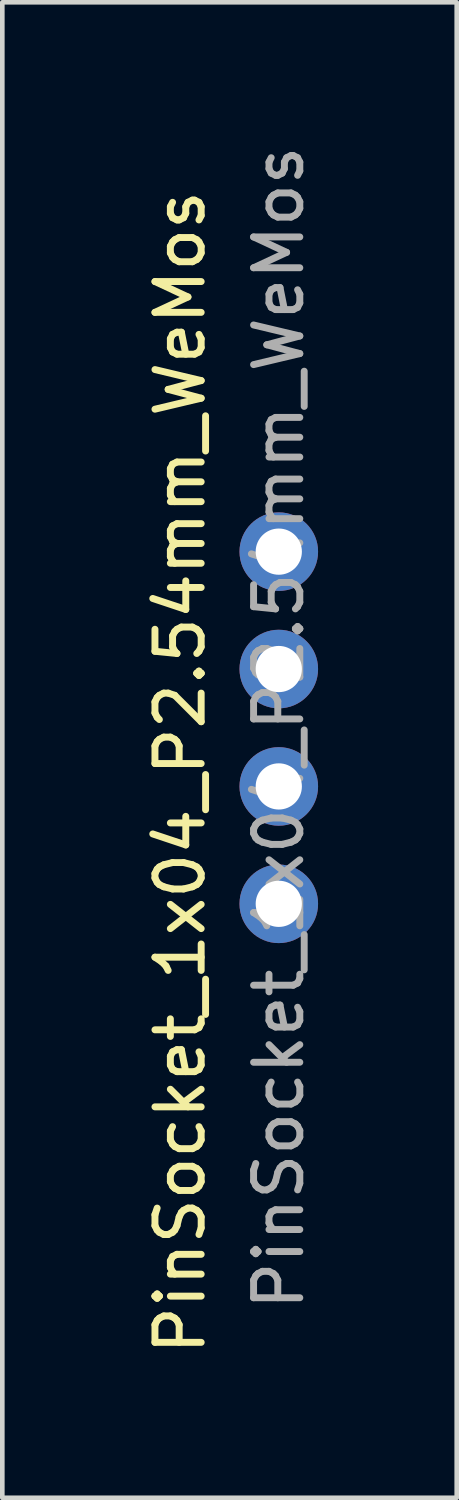
<source format=kicad_pcb>
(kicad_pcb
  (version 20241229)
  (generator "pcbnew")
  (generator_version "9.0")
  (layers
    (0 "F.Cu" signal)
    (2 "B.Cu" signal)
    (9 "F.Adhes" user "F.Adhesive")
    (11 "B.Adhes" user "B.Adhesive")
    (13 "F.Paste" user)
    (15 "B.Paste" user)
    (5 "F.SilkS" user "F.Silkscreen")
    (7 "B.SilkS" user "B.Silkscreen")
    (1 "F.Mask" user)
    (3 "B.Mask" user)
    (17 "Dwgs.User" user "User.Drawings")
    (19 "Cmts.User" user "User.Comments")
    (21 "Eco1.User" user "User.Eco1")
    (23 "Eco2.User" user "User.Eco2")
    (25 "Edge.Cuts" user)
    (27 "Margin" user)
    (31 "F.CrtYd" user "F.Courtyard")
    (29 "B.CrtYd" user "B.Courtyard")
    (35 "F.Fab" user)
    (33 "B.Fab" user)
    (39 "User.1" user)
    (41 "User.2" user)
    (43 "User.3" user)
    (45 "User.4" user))
  (footprint "PinSocket_1x04_P2.54mm_WeMos"
    (layer "F.Cu")
    (at 2.982 8.886)
    (property "Reference" "PinSocket_1x04_P2.54mm_WeMos" (at -2.134 4.775 90) (layer "F.SilkS") (effects (font (size 1 1) (thickness 0.15))))
    (attr through_hole)
    (fp_text user "${REFERENCE}" (at 0 3.81 90) (layer "F.Fab") (effects (font (size 1 1) (thickness 0.15))))
    (pad "1" thru_hole circle (at 0 0) (size 1.7 1.7) (drill 1) (layers "*.Cu" "*.Mask"))
    (pad "2" thru_hole oval (at 0 2.54) (size 1.7 1.7) (drill 1) (layers "*.Cu" "*.Mask"))
    (pad "3" thru_hole oval (at 0 5.08) (size 1.7 1.7) (drill 1) (layers "*.Cu" "*.Mask"))
    (pad "4" thru_hole oval (at 0 7.62) (size 1.7 1.7) (drill 1) (layers "*.Cu" "*.Mask")))
  (gr_rect
    (start -3 -3)
    (end 6.832 29.358)
    (stroke (width 0.1) (type default))
    (fill no)
    (layer "Edge.Cuts")))
</source>
